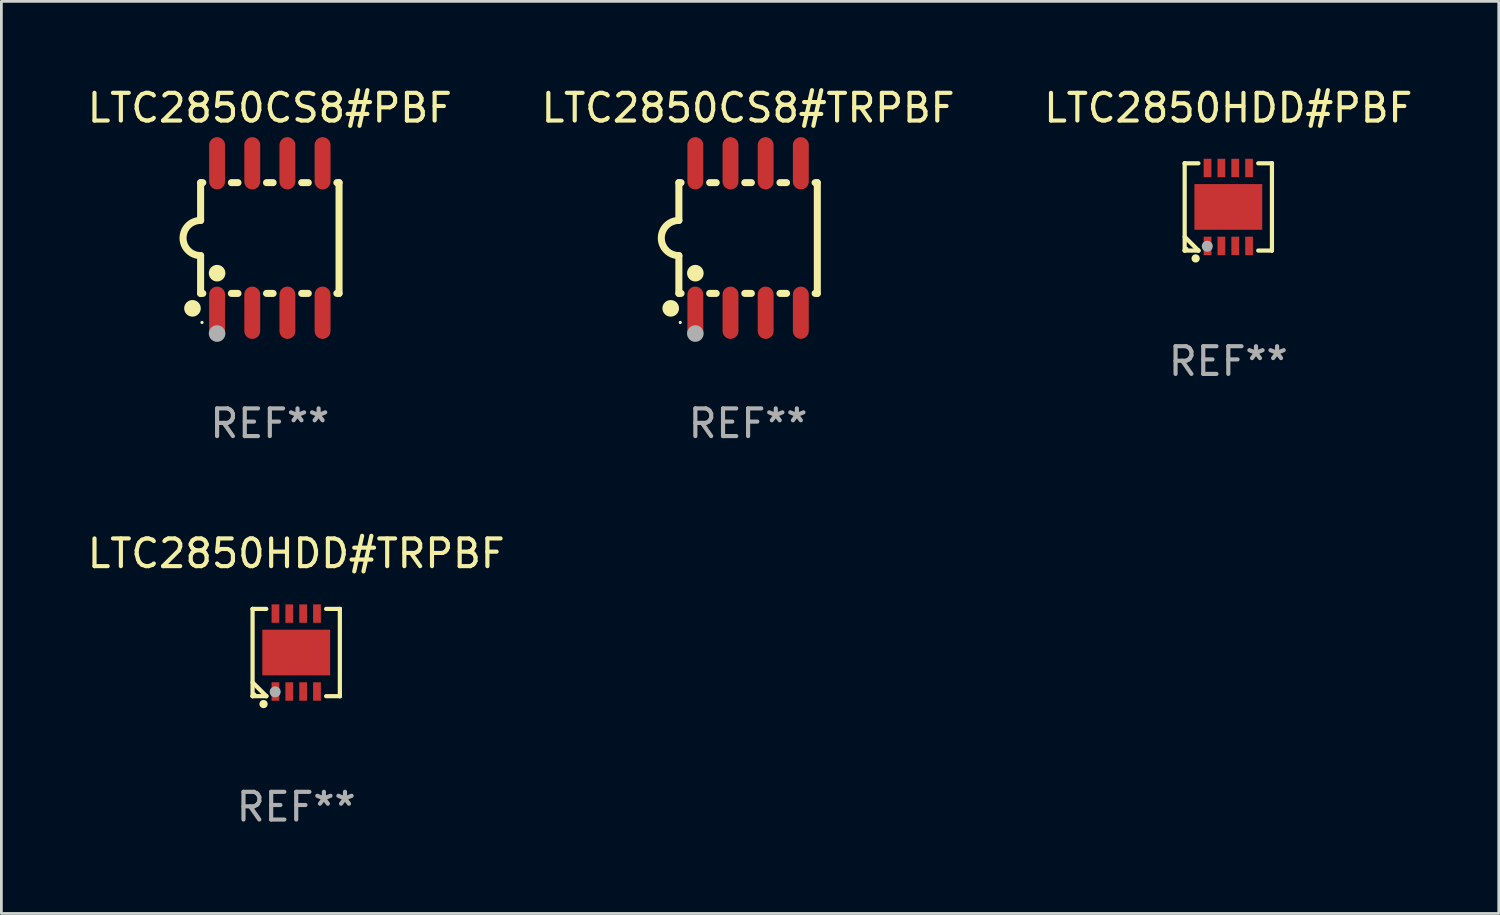
<source format=kicad_pcb>
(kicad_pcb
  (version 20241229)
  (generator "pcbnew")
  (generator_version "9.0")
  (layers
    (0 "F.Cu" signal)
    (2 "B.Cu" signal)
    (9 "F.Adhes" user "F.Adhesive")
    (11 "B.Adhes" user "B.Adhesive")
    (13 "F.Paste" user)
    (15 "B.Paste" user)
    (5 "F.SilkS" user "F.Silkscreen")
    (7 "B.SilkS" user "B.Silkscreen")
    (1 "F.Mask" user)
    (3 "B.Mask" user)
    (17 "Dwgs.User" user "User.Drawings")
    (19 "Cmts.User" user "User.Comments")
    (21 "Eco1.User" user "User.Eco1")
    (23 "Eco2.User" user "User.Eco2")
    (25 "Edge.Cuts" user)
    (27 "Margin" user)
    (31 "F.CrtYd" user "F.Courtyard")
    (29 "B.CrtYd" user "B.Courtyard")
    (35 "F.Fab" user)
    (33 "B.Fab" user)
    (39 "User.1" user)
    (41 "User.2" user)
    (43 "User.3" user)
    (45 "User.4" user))
  (footprint "LTC2850CS8#PBF"
    (layer "F.Cu")
    (at 6.696 5.547)
    (property "Reference" "LTC2850CS8#PBF" (at 0 -4.699 0) (layer "F.SilkS") (effects (font (size 1 1) (thickness 0.15))))
    (attr through_hole)
    (fp_line (start -2.5 -2) (end -2.5 -0.635) (stroke (width 0.254) (type solid)) (layer "F.SilkS"))
    (fp_line (start -2.5 -2) (end -2.421 -2) (stroke (width 0.254) (type solid)) (layer "F.SilkS"))
    (fp_line (start -2.5 2) (end -2.5 0.635) (stroke (width 0.254) (type solid)) (layer "F.SilkS"))
    (fp_line (start -2.5 2) (end -2.421 2) (stroke (width 0.254) (type solid)) (layer "F.SilkS"))
    (fp_line (start -1.389 -2) (end -1.151 -2) (stroke (width 0.254) (type solid)) (layer "F.SilkS"))
    (fp_line (start -1.389 2) (end -1.151 2) (stroke (width 0.254) (type solid)) (layer "F.SilkS"))
    (fp_line (start -0.119 -2) (end 0.119 -2) (stroke (width 0.254) (type solid)) (layer "F.SilkS"))
    (fp_line (start -0.119 2) (end 0.119 2) (stroke (width 0.254) (type solid)) (layer "F.SilkS"))
    (fp_line (start 1.151 -2) (end 1.389 -2) (stroke (width 0.254) (type solid)) (layer "F.SilkS"))
    (fp_line (start 1.151 2) (end 1.389 2) (stroke (width 0.254) (type solid)) (layer "F.SilkS"))
    (fp_line (start 2.421 -2) (end 2.5 -2) (stroke (width 0.254) (type solid)) (layer "F.SilkS"))
    (fp_line (start 2.421 2) (end 2.5 2) (stroke (width 0.254) (type solid)) (layer "F.SilkS"))
    (fp_line (start 2.5 -2) (end 2.5 2) (stroke (width 0.254) (type solid)) (layer "F.SilkS"))
    (fp_arc (start -2.5 0.635001) (mid -3.134366 -0.000318) (end -2.499365 -0.635001) (stroke (width 0.254001) (type solid)) (layer "F.SilkS"))
    (fp_circle (center -2.794 2.54) (end -2.644 2.54) (stroke (width 0.3) (type solid)) (fill no) (layer "F.SilkS"))
    (fp_circle (center -2.45 3.05) (end -2.42 3.05) (stroke (width 0.06) (type solid)) (fill no) (layer "F.SilkS"))
    (fp_circle (center -1.905 1.27) (end -1.755 1.27) (stroke (width 0.3) (type solid)) (fill no) (layer "F.SilkS"))
    (fp_circle (center -1.905 3.45) (end -1.755 3.45) (stroke (width 0.3) (type solid)) (fill no) (layer "F.Fab"))
    (fp_text user "REF**" (at 0 6.699 0) (layer "F.Fab") (effects (font (size 1 1) (thickness 0.15))))
    (pad "1" smd oval (at -1.905 2.699) (size 0.574 1.888) (layers "F.Cu" "F.Mask" "F.Paste"))
    (pad "2" smd oval (at -0.635 2.699) (size 0.574 1.888) (layers "F.Cu" "F.Mask" "F.Paste"))
    (pad "3" smd oval (at 0.635 2.699) (size 0.574 1.888) (layers "F.Cu" "F.Mask" "F.Paste"))
    (pad "4" smd oval (at 1.905 2.699) (size 0.574 1.888) (layers "F.Cu" "F.Mask" "F.Paste"))
    (pad "5" smd oval (at 1.905 -2.699) (size 0.574 1.888) (layers "F.Cu" "F.Mask" "F.Paste"))
    (pad "6" smd oval (at 0.635 -2.699) (size 0.574 1.888) (layers "F.Cu" "F.Mask" "F.Paste"))
    (pad "7" smd oval (at -0.635 -2.699) (size 0.574 1.888) (layers "F.Cu" "F.Mask" "F.Paste"))
    (pad "8" smd oval (at -1.905 -2.699) (size 0.574 1.888) (layers "F.Cu" "F.Mask" "F.Paste")))
  (footprint "LTC2850CS8#TRPBF"
    (layer "F.Cu")
    (at 23.97 5.547)
    (property "Reference" "LTC2850CS8#TRPBF" (at 0 -4.699 0) (layer "F.SilkS") (effects (font (size 1 1) (thickness 0.15))))
    (attr through_hole)
    (fp_line (start -2.5 -2) (end -2.5 -0.635) (stroke (width 0.254) (type solid)) (layer "F.SilkS"))
    (fp_line (start -2.5 -2) (end -2.421 -2) (stroke (width 0.254) (type solid)) (layer "F.SilkS"))
    (fp_line (start -2.5 2) (end -2.5 0.635) (stroke (width 0.254) (type solid)) (layer "F.SilkS"))
    (fp_line (start -2.5 2) (end -2.421 2) (stroke (width 0.254) (type solid)) (layer "F.SilkS"))
    (fp_line (start -1.389 -2) (end -1.151 -2) (stroke (width 0.254) (type solid)) (layer "F.SilkS"))
    (fp_line (start -1.389 2) (end -1.151 2) (stroke (width 0.254) (type solid)) (layer "F.SilkS"))
    (fp_line (start -0.119 -2) (end 0.119 -2) (stroke (width 0.254) (type solid)) (layer "F.SilkS"))
    (fp_line (start -0.119 2) (end 0.119 2) (stroke (width 0.254) (type solid)) (layer "F.SilkS"))
    (fp_line (start 1.151 -2) (end 1.389 -2) (stroke (width 0.254) (type solid)) (layer "F.SilkS"))
    (fp_line (start 1.151 2) (end 1.389 2) (stroke (width 0.254) (type solid)) (layer "F.SilkS"))
    (fp_line (start 2.421 -2) (end 2.5 -2) (stroke (width 0.254) (type solid)) (layer "F.SilkS"))
    (fp_line (start 2.421 2) (end 2.5 2) (stroke (width 0.254) (type solid)) (layer "F.SilkS"))
    (fp_line (start 2.5 -2) (end 2.5 2) (stroke (width 0.254) (type solid)) (layer "F.SilkS"))
    (fp_arc (start -2.5 0.635001) (mid -3.134366 -0.000318) (end -2.499365 -0.635001) (stroke (width 0.254001) (type solid)) (layer "F.SilkS"))
    (fp_circle (center -2.794 2.54) (end -2.644 2.54) (stroke (width 0.3) (type solid)) (fill no) (layer "F.SilkS"))
    (fp_circle (center -2.45 3.05) (end -2.42 3.05) (stroke (width 0.06) (type solid)) (fill no) (layer "F.SilkS"))
    (fp_circle (center -1.905 1.27) (end -1.755 1.27) (stroke (width 0.3) (type solid)) (fill no) (layer "F.SilkS"))
    (fp_circle (center -1.905 3.45) (end -1.755 3.45) (stroke (width 0.3) (type solid)) (fill no) (layer "F.Fab"))
    (fp_text user "REF**" (at 0 6.699 0) (layer "F.Fab") (effects (font (size 1 1) (thickness 0.15))))
    (pad "1" smd oval (at -1.905 2.699) (size 0.574 1.888) (layers "F.Cu" "F.Mask" "F.Paste"))
    (pad "2" smd oval (at -0.635 2.699) (size 0.574 1.888) (layers "F.Cu" "F.Mask" "F.Paste"))
    (pad "3" smd oval (at 0.635 2.699) (size 0.574 1.888) (layers "F.Cu" "F.Mask" "F.Paste"))
    (pad "4" smd oval (at 1.905 2.699) (size 0.574 1.888) (layers "F.Cu" "F.Mask" "F.Paste"))
    (pad "5" smd oval (at 1.905 -2.699) (size 0.574 1.888) (layers "F.Cu" "F.Mask" "F.Paste"))
    (pad "6" smd oval (at 0.635 -2.699) (size 0.574 1.888) (layers "F.Cu" "F.Mask" "F.Paste"))
    (pad "7" smd oval (at -0.635 -2.699) (size 0.574 1.888) (layers "F.Cu" "F.Mask" "F.Paste"))
    (pad "8" smd oval (at -1.905 -2.699) (size 0.574 1.888) (layers "F.Cu" "F.Mask" "F.Paste")))
  (footprint "LTC2850HDD#TRPBF"
    (layer "F.Cu")
    (at 7.649 20.519)
    (property "Reference" "LTC2850HDD#TRPBF" (at 0 -3.576 0) (layer "F.SilkS") (effects (font (size 1 1) (thickness 0.15))))
    (attr through_hole)
    (fp_line (start -1.576 -1.576) (end -1.576 -1.576) (stroke (width 0.152) (type solid)) (layer "F.SilkS"))
    (fp_line (start -1.576 -1.576) (end -1.08 -1.576) (stroke (width 0.152) (type solid)) (layer "F.SilkS"))
    (fp_line (start -1.576 1.576) (end -1.576 -1.576) (stroke (width 0.152) (type solid)) (layer "F.SilkS"))
    (fp_line (start -1.576 1.576) (end -1.576 1.576) (stroke (width 0.152) (type solid)) (layer "F.SilkS"))
    (fp_line (start -1.08 1.575) (end -1.576 1.079) (stroke (width 0.152) (type solid)) (layer "F.SilkS"))
    (fp_line (start -1.08 1.576) (end -1.576 1.576) (stroke (width 0.152) (type solid)) (layer "F.SilkS"))
    (fp_line (start -1.08 1.576) (end -1.08 1.575) (stroke (width 0.152) (type solid)) (layer "F.SilkS"))
    (fp_line (start 1.08 1.576) (end 1.576 1.576) (stroke (width 0.152) (type solid)) (layer "F.SilkS"))
    (fp_line (start 1.576 -1.576) (end 1.08 -1.576) (stroke (width 0.152) (type solid)) (layer "F.SilkS"))
    (fp_line (start 1.576 -1.576) (end 1.576 -1.576) (stroke (width 0.152) (type solid)) (layer "F.SilkS"))
    (fp_line (start 1.576 1.576) (end 1.576 -1.576) (stroke (width 0.152) (type solid)) (layer "F.SilkS"))
    (fp_line (start 1.576 1.576) (end 1.576 1.576) (stroke (width 0.152) (type solid)) (layer "F.SilkS"))
    (fp_circle (center -1.5 1.5) (end -1.47 1.5) (stroke (width 0.06) (type solid)) (fill no) (layer "F.SilkS"))
    (fp_circle (center -1.18 1.86) (end -1.105 1.86) (stroke (width 0.15) (type solid)) (fill no) (layer "F.SilkS"))
    (fp_circle (center -0.76 1.42) (end -0.66 1.42) (stroke (width 0.2) (type solid)) (fill no) (layer "F.Fab"))
    (fp_text user "REF**" (at 0 5.576 0) (layer "F.Fab") (effects (font (size 1 1) (thickness 0.15))))
    (pad "1" smd rect (at -0.75 1.407) (size 0.28 0.665) (layers "F.Cu" "F.Mask" "F.Paste"))
    (pad "2" smd rect (at -0.25 1.407) (size 0.28 0.665) (layers "F.Cu" "F.Mask" "F.Paste"))
    (pad "3" smd rect (at 0.25 1.407) (size 0.28 0.665) (layers "F.Cu" "F.Mask" "F.Paste"))
    (pad "4" smd rect (at 0.75 1.407) (size 0.28 0.665) (layers "F.Cu" "F.Mask" "F.Paste"))
    (pad "5" smd rect (at 0.75 -1.407) (size 0.28 0.665) (layers "F.Cu" "F.Mask" "F.Paste"))
    (pad "6" smd rect (at 0.25 -1.407) (size 0.28 0.665) (layers "F.Cu" "F.Mask" "F.Paste"))
    (pad "7" smd rect (at -0.25 -1.407) (size 0.28 0.665) (layers "F.Cu" "F.Mask" "F.Paste"))
    (pad "8" smd rect (at -0.75 -1.407) (size 0.28 0.665) (layers "F.Cu" "F.Mask" "F.Paste"))
    (pad "9" smd rect (at 0 0) (size 2.45 1.65) (layers "F.Cu" "F.Mask" "F.Paste")))
  (footprint "LTC2850HDD#PBF"
    (layer "F.Cu")
    (at 41.315 4.424)
    (property "Reference" "LTC2850HDD#PBF" (at 0 -3.576 0) (layer "F.SilkS") (effects (font (size 1 1) (thickness 0.15))))
    (attr through_hole)
    (fp_line (start -1.576 -1.576) (end -1.576 -1.576) (stroke (width 0.152) (type solid)) (layer "F.SilkS"))
    (fp_line (start -1.576 -1.576) (end -1.08 -1.576) (stroke (width 0.152) (type solid)) (layer "F.SilkS"))
    (fp_line (start -1.576 1.576) (end -1.576 -1.576) (stroke (width 0.152) (type solid)) (layer "F.SilkS"))
    (fp_line (start -1.576 1.576) (end -1.576 1.576) (stroke (width 0.152) (type solid)) (layer "F.SilkS"))
    (fp_line (start -1.08 1.575) (end -1.576 1.079) (stroke (width 0.152) (type solid)) (layer "F.SilkS"))
    (fp_line (start -1.08 1.576) (end -1.576 1.576) (stroke (width 0.152) (type solid)) (layer "F.SilkS"))
    (fp_line (start -1.08 1.576) (end -1.08 1.575) (stroke (width 0.152) (type solid)) (layer "F.SilkS"))
    (fp_line (start 1.08 1.576) (end 1.576 1.576) (stroke (width 0.152) (type solid)) (layer "F.SilkS"))
    (fp_line (start 1.576 -1.576) (end 1.08 -1.576) (stroke (width 0.152) (type solid)) (layer "F.SilkS"))
    (fp_line (start 1.576 -1.576) (end 1.576 -1.576) (stroke (width 0.152) (type solid)) (layer "F.SilkS"))
    (fp_line (start 1.576 1.576) (end 1.576 -1.576) (stroke (width 0.152) (type solid)) (layer "F.SilkS"))
    (fp_line (start 1.576 1.576) (end 1.576 1.576) (stroke (width 0.152) (type solid)) (layer "F.SilkS"))
    (fp_circle (center -1.5 1.5) (end -1.47 1.5) (stroke (width 0.06) (type solid)) (fill no) (layer "F.SilkS"))
    (fp_circle (center -1.18 1.86) (end -1.105 1.86) (stroke (width 0.15) (type solid)) (fill no) (layer "F.SilkS"))
    (fp_circle (center -0.76 1.42) (end -0.66 1.42) (stroke (width 0.2) (type solid)) (fill no) (layer "F.Fab"))
    (fp_text user "REF**" (at 0 5.576 0) (layer "F.Fab") (effects (font (size 1 1) (thickness 0.15))))
    (pad "1" smd rect (at -0.75 1.407) (size 0.28 0.665) (layers "F.Cu" "F.Mask" "F.Paste"))
    (pad "2" smd rect (at -0.25 1.407) (size 0.28 0.665) (layers "F.Cu" "F.Mask" "F.Paste"))
    (pad "3" smd rect (at 0.25 1.407) (size 0.28 0.665) (layers "F.Cu" "F.Mask" "F.Paste"))
    (pad "4" smd rect (at 0.75 1.407) (size 0.28 0.665) (layers "F.Cu" "F.Mask" "F.Paste"))
    (pad "5" smd rect (at 0.75 -1.407) (size 0.28 0.665) (layers "F.Cu" "F.Mask" "F.Paste"))
    (pad "6" smd rect (at 0.25 -1.407) (size 0.28 0.665) (layers "F.Cu" "F.Mask" "F.Paste"))
    (pad "7" smd rect (at -0.25 -1.407) (size 0.28 0.665) (layers "F.Cu" "F.Mask" "F.Paste"))
    (pad "8" smd rect (at -0.75 -1.407) (size 0.28 0.665) (layers "F.Cu" "F.Mask" "F.Paste"))
    (pad "9" smd rect (at 0 0) (size 2.45 1.65) (layers "F.Cu" "F.Mask" "F.Paste")))
  (gr_rect
    (start -3 -3)
    (end 51.083 29.943)
    (stroke (width 0.1) (type default))
    (fill no)
    (layer "Edge.Cuts")))
</source>
